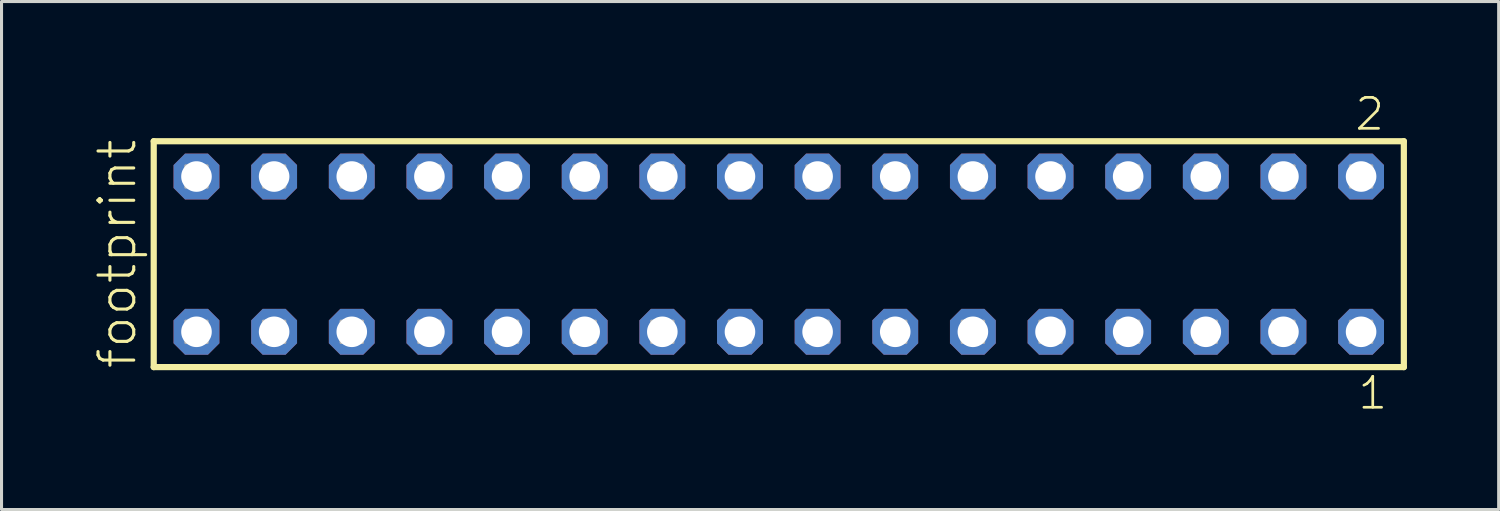
<source format=kicad_pcb>
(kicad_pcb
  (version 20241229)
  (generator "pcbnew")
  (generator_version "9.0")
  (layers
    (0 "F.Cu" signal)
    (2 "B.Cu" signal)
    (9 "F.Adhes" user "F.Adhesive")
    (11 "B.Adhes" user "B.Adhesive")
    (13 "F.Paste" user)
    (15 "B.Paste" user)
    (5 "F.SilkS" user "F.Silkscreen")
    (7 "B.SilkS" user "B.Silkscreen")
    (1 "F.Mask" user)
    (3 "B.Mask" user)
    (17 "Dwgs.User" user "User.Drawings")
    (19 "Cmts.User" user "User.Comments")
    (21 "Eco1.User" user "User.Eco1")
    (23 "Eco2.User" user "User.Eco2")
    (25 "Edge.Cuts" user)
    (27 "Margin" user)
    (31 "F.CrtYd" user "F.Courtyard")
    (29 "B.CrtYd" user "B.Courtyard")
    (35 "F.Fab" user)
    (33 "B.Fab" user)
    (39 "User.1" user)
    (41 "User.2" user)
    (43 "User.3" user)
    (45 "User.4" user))
  (footprint "footprint"
    (layer "F.Cu")
    (at 22.428 5.265)
    (property "Reference" "footprint" (at -20.955 3.81 90) (layer "F.SilkS") (effects (font (size 1.168 1.168) (thickness 0.102)) (justify left bottom)))
    (fp_line (start -20.449 -3.695) (end 20.449 -3.695) (stroke (width 0.203) (type solid)) (layer "F.SilkS"))
    (fp_line (start -20.449 3.695) (end -20.449 -3.695) (stroke (width 0.203) (type solid)) (layer "F.SilkS"))
    (fp_line (start 20.449 -3.695) (end 20.449 3.695) (stroke (width 0.203) (type solid)) (layer "F.SilkS"))
    (fp_line (start 20.449 3.695) (end -20.449 3.695) (stroke (width 0.203) (type solid)) (layer "F.SilkS"))
    (fp_poly (pts (xy -19.4 -2.19) (xy -18.7 -2.19) (xy -18.7 -2.89) (xy -19.4 -2.89)) (stroke (width 0.1) (type solid)) (fill no) (layer "F.Fab"))
    (fp_poly (pts (xy -19.4 2.89) (xy -18.7 2.89) (xy -18.7 2.19) (xy -19.4 2.19)) (stroke (width 0.1) (type solid)) (fill no) (layer "F.Fab"))
    (fp_poly (pts (xy -16.86 -2.19) (xy -16.16 -2.19) (xy -16.16 -2.89) (xy -16.86 -2.89)) (stroke (width 0.1) (type solid)) (fill no) (layer "F.Fab"))
    (fp_poly (pts (xy -16.86 2.89) (xy -16.16 2.89) (xy -16.16 2.19) (xy -16.86 2.19)) (stroke (width 0.1) (type solid)) (fill no) (layer "F.Fab"))
    (fp_poly (pts (xy -14.32 -2.19) (xy -13.62 -2.19) (xy -13.62 -2.89) (xy -14.32 -2.89)) (stroke (width 0.1) (type solid)) (fill no) (layer "F.Fab"))
    (fp_poly (pts (xy -14.32 2.89) (xy -13.62 2.89) (xy -13.62 2.19) (xy -14.32 2.19)) (stroke (width 0.1) (type solid)) (fill no) (layer "F.Fab"))
    (fp_poly (pts (xy -11.78 -2.19) (xy -11.08 -2.19) (xy -11.08 -2.89) (xy -11.78 -2.89)) (stroke (width 0.1) (type solid)) (fill no) (layer "F.Fab"))
    (fp_poly (pts (xy -11.78 2.89) (xy -11.08 2.89) (xy -11.08 2.19) (xy -11.78 2.19)) (stroke (width 0.1) (type solid)) (fill no) (layer "F.Fab"))
    (fp_poly (pts (xy -9.24 -2.19) (xy -8.54 -2.19) (xy -8.54 -2.89) (xy -9.24 -2.89)) (stroke (width 0.1) (type solid)) (fill no) (layer "F.Fab"))
    (fp_poly (pts (xy -9.24 2.89) (xy -8.54 2.89) (xy -8.54 2.19) (xy -9.24 2.19)) (stroke (width 0.1) (type solid)) (fill no) (layer "F.Fab"))
    (fp_poly (pts (xy -6.7 -2.19) (xy -6 -2.19) (xy -6 -2.89) (xy -6.7 -2.89)) (stroke (width 0.1) (type solid)) (fill no) (layer "F.Fab"))
    (fp_poly (pts (xy -6.7 2.89) (xy -6 2.89) (xy -6 2.19) (xy -6.7 2.19)) (stroke (width 0.1) (type solid)) (fill no) (layer "F.Fab"))
    (fp_poly (pts (xy -4.16 -2.19) (xy -3.46 -2.19) (xy -3.46 -2.89) (xy -4.16 -2.89)) (stroke (width 0.1) (type solid)) (fill no) (layer "F.Fab"))
    (fp_poly (pts (xy -4.16 2.89) (xy -3.46 2.89) (xy -3.46 2.19) (xy -4.16 2.19)) (stroke (width 0.1) (type solid)) (fill no) (layer "F.Fab"))
    (fp_poly (pts (xy -1.62 -2.19) (xy -0.92 -2.19) (xy -0.92 -2.89) (xy -1.62 -2.89)) (stroke (width 0.1) (type solid)) (fill no) (layer "F.Fab"))
    (fp_poly (pts (xy -1.62 2.89) (xy -0.92 2.89) (xy -0.92 2.19) (xy -1.62 2.19)) (stroke (width 0.1) (type solid)) (fill no) (layer "F.Fab"))
    (fp_poly (pts (xy 0.92 -2.19) (xy 1.62 -2.19) (xy 1.62 -2.89) (xy 0.92 -2.89)) (stroke (width 0.1) (type solid)) (fill no) (layer "F.Fab"))
    (fp_poly (pts (xy 0.92 2.89) (xy 1.62 2.89) (xy 1.62 2.19) (xy 0.92 2.19)) (stroke (width 0.1) (type solid)) (fill no) (layer "F.Fab"))
    (fp_poly (pts (xy 3.46 -2.19) (xy 4.16 -2.19) (xy 4.16 -2.89) (xy 3.46 -2.89)) (stroke (width 0.1) (type solid)) (fill no) (layer "F.Fab"))
    (fp_poly (pts (xy 3.46 2.89) (xy 4.16 2.89) (xy 4.16 2.19) (xy 3.46 2.19)) (stroke (width 0.1) (type solid)) (fill no) (layer "F.Fab"))
    (fp_poly (pts (xy 6 -2.19) (xy 6.7 -2.19) (xy 6.7 -2.89) (xy 6 -2.89)) (stroke (width 0.1) (type solid)) (fill no) (layer "F.Fab"))
    (fp_poly (pts (xy 6 2.89) (xy 6.7 2.89) (xy 6.7 2.19) (xy 6 2.19)) (stroke (width 0.1) (type solid)) (fill no) (layer "F.Fab"))
    (fp_poly (pts (xy 8.54 -2.19) (xy 9.24 -2.19) (xy 9.24 -2.89) (xy 8.54 -2.89)) (stroke (width 0.1) (type solid)) (fill no) (layer "F.Fab"))
    (fp_poly (pts (xy 8.54 2.89) (xy 9.24 2.89) (xy 9.24 2.19) (xy 8.54 2.19)) (stroke (width 0.1) (type solid)) (fill no) (layer "F.Fab"))
    (fp_poly (pts (xy 11.08 -2.19) (xy 11.78 -2.19) (xy 11.78 -2.89) (xy 11.08 -2.89)) (stroke (width 0.1) (type solid)) (fill no) (layer "F.Fab"))
    (fp_poly (pts (xy 11.08 2.89) (xy 11.78 2.89) (xy 11.78 2.19) (xy 11.08 2.19)) (stroke (width 0.1) (type solid)) (fill no) (layer "F.Fab"))
    (fp_poly (pts (xy 13.62 -2.19) (xy 14.32 -2.19) (xy 14.32 -2.89) (xy 13.62 -2.89)) (stroke (width 0.1) (type solid)) (fill no) (layer "F.Fab"))
    (fp_poly (pts (xy 13.62 2.89) (xy 14.32 2.89) (xy 14.32 2.19) (xy 13.62 2.19)) (stroke (width 0.1) (type solid)) (fill no) (layer "F.Fab"))
    (fp_poly (pts (xy 16.16 -2.19) (xy 16.86 -2.19) (xy 16.86 -2.89) (xy 16.16 -2.89)) (stroke (width 0.1) (type solid)) (fill no) (layer "F.Fab"))
    (fp_poly (pts (xy 16.16 2.89) (xy 16.86 2.89) (xy 16.86 2.19) (xy 16.16 2.19)) (stroke (width 0.1) (type solid)) (fill no) (layer "F.Fab"))
    (fp_poly (pts (xy 18.7 -2.19) (xy 19.4 -2.19) (xy 19.4 -2.89) (xy 18.7 -2.89)) (stroke (width 0.1) (type solid)) (fill no) (layer "F.Fab"))
    (fp_poly (pts (xy 18.7 2.89) (xy 19.4 2.89) (xy 19.4 2.19) (xy 18.7 2.19)) (stroke (width 0.1) (type solid)) (fill no) (layer "F.Fab"))
    (fp_text user "2" (at 18.792 -3.989 0) (layer "F.SilkS") (effects (font (size 1.012 1.012) (thickness 0.088)) (justify left bottom)))
    (fp_text user "1" (at 18.892 5.138 0) (layer "F.SilkS") (effects (font (size 1.012 1.012) (thickness 0.088)) (justify left bottom)))
    (pad "1" thru_hole roundrect (at 19.05 2.54 180) (size 1.5 1.5) (drill 1) (layers "*.Cu" "*.Mask") (roundrect_rratio 0.25) (chamfer_ratio 0.25) (chamfer top_left top_right bottom_left bottom_right))
    (pad "2" thru_hole roundrect (at 19.05 -2.54 180) (size 1.5 1.5) (drill 1) (layers "*.Cu" "*.Mask") (roundrect_rratio 0.25) (chamfer_ratio 0.25) (chamfer top_left top_right bottom_left bottom_right))
    (pad "3" thru_hole roundrect (at 16.51 2.54 180) (size 1.5 1.5) (drill 1) (layers "*.Cu" "*.Mask") (roundrect_rratio 0.25) (chamfer_ratio 0.25) (chamfer top_left top_right bottom_left bottom_right))
    (pad "4" thru_hole roundrect (at 16.51 -2.54 180) (size 1.5 1.5) (drill 1) (layers "*.Cu" "*.Mask") (roundrect_rratio 0.25) (chamfer_ratio 0.25) (chamfer top_left top_right bottom_left bottom_right))
    (pad "5" thru_hole roundrect (at 13.97 2.54 180) (size 1.5 1.5) (drill 1) (layers "*.Cu" "*.Mask") (roundrect_rratio 0.25) (chamfer_ratio 0.25) (chamfer top_left top_right bottom_left bottom_right))
    (pad "6" thru_hole roundrect (at 13.97 -2.54 180) (size 1.5 1.5) (drill 1) (layers "*.Cu" "*.Mask") (roundrect_rratio 0.25) (chamfer_ratio 0.25) (chamfer top_left top_right bottom_left bottom_right))
    (pad "7" thru_hole roundrect (at 11.43 2.54 180) (size 1.5 1.5) (drill 1) (layers "*.Cu" "*.Mask") (roundrect_rratio 0.25) (chamfer_ratio 0.25) (chamfer top_left top_right bottom_left bottom_right))
    (pad "8" thru_hole roundrect (at 11.43 -2.54 180) (size 1.5 1.5) (drill 1) (layers "*.Cu" "*.Mask") (roundrect_rratio 0.25) (chamfer_ratio 0.25) (chamfer top_left top_right bottom_left bottom_right))
    (pad "9" thru_hole roundrect (at 8.89 2.54 180) (size 1.5 1.5) (drill 1) (layers "*.Cu" "*.Mask") (roundrect_rratio 0.25) (chamfer_ratio 0.25) (chamfer top_left top_right bottom_left bottom_right))
    (pad "10" thru_hole roundrect (at 8.89 -2.54 180) (size 1.5 1.5) (drill 1) (layers "*.Cu" "*.Mask") (roundrect_rratio 0.25) (chamfer_ratio 0.25) (chamfer top_left top_right bottom_left bottom_right))
    (pad "11" thru_hole roundrect (at 6.35 2.54 180) (size 1.5 1.5) (drill 1) (layers "*.Cu" "*.Mask") (roundrect_rratio 0.25) (chamfer_ratio 0.25) (chamfer top_left top_right bottom_left bottom_right))
    (pad "12" thru_hole roundrect (at 6.35 -2.54 180) (size 1.5 1.5) (drill 1) (layers "*.Cu" "*.Mask") (roundrect_rratio 0.25) (chamfer_ratio 0.25) (chamfer top_left top_right bottom_left bottom_right))
    (pad "13" thru_hole roundrect (at 3.81 2.54 180) (size 1.5 1.5) (drill 1) (layers "*.Cu" "*.Mask") (roundrect_rratio 0.25) (chamfer_ratio 0.25) (chamfer top_left top_right bottom_left bottom_right))
    (pad "14" thru_hole roundrect (at 3.81 -2.54 180) (size 1.5 1.5) (drill 1) (layers "*.Cu" "*.Mask") (roundrect_rratio 0.25) (chamfer_ratio 0.25) (chamfer top_left top_right bottom_left bottom_right))
    (pad "15" thru_hole roundrect (at 1.27 2.54 180) (size 1.5 1.5) (drill 1) (layers "*.Cu" "*.Mask") (roundrect_rratio 0.25) (chamfer_ratio 0.25) (chamfer top_left top_right bottom_left bottom_right))
    (pad "16" thru_hole roundrect (at 1.27 -2.54 180) (size 1.5 1.5) (drill 1) (layers "*.Cu" "*.Mask") (roundrect_rratio 0.25) (chamfer_ratio 0.25) (chamfer top_left top_right bottom_left bottom_right))
    (pad "17" thru_hole roundrect (at -1.27 2.54 180) (size 1.5 1.5) (drill 1) (layers "*.Cu" "*.Mask") (roundrect_rratio 0.25) (chamfer_ratio 0.25) (chamfer top_left top_right bottom_left bottom_right))
    (pad "18" thru_hole roundrect (at -1.27 -2.54 180) (size 1.5 1.5) (drill 1) (layers "*.Cu" "*.Mask") (roundrect_rratio 0.25) (chamfer_ratio 0.25) (chamfer top_left top_right bottom_left bottom_right))
    (pad "19" thru_hole roundrect (at -3.81 2.54 180) (size 1.5 1.5) (drill 1) (layers "*.Cu" "*.Mask") (roundrect_rratio 0.25) (chamfer_ratio 0.25) (chamfer top_left top_right bottom_left bottom_right))
    (pad "20" thru_hole roundrect (at -3.81 -2.54 180) (size 1.5 1.5) (drill 1) (layers "*.Cu" "*.Mask") (roundrect_rratio 0.25) (chamfer_ratio 0.25) (chamfer top_left top_right bottom_left bottom_right))
    (pad "21" thru_hole roundrect (at -6.35 2.54 180) (size 1.5 1.5) (drill 1) (layers "*.Cu" "*.Mask") (roundrect_rratio 0.25) (chamfer_ratio 0.25) (chamfer top_left top_right bottom_left bottom_right))
    (pad "22" thru_hole roundrect (at -6.35 -2.54 180) (size 1.5 1.5) (drill 1) (layers "*.Cu" "*.Mask") (roundrect_rratio 0.25) (chamfer_ratio 0.25) (chamfer top_left top_right bottom_left bottom_right))
    (pad "23" thru_hole roundrect (at -8.89 2.54 180) (size 1.5 1.5) (drill 1) (layers "*.Cu" "*.Mask") (roundrect_rratio 0.25) (chamfer_ratio 0.25) (chamfer top_left top_right bottom_left bottom_right))
    (pad "24" thru_hole roundrect (at -8.89 -2.54 180) (size 1.5 1.5) (drill 1) (layers "*.Cu" "*.Mask") (roundrect_rratio 0.25) (chamfer_ratio 0.25) (chamfer top_left top_right bottom_left bottom_right))
    (pad "25" thru_hole roundrect (at -11.43 2.54 180) (size 1.5 1.5) (drill 1) (layers "*.Cu" "*.Mask") (roundrect_rratio 0.25) (chamfer_ratio 0.25) (chamfer top_left top_right bottom_left bottom_right))
    (pad "26" thru_hole roundrect (at -11.43 -2.54 180) (size 1.5 1.5) (drill 1) (layers "*.Cu" "*.Mask") (roundrect_rratio 0.25) (chamfer_ratio 0.25) (chamfer top_left top_right bottom_left bottom_right))
    (pad "27" thru_hole roundrect (at -13.97 2.54 180) (size 1.5 1.5) (drill 1) (layers "*.Cu" "*.Mask") (roundrect_rratio 0.25) (chamfer_ratio 0.25) (chamfer top_left top_right bottom_left bottom_right))
    (pad "28" thru_hole roundrect (at -13.97 -2.54 180) (size 1.5 1.5) (drill 1) (layers "*.Cu" "*.Mask") (roundrect_rratio 0.25) (chamfer_ratio 0.25) (chamfer top_left top_right bottom_left bottom_right))
    (pad "29" thru_hole roundrect (at -16.51 2.54 180) (size 1.5 1.5) (drill 1) (layers "*.Cu" "*.Mask") (roundrect_rratio 0.25) (chamfer_ratio 0.25) (chamfer top_left top_right bottom_left bottom_right))
    (pad "30" thru_hole roundrect (at -16.51 -2.54 180) (size 1.5 1.5) (drill 1) (layers "*.Cu" "*.Mask") (roundrect_rratio 0.25) (chamfer_ratio 0.25) (chamfer top_left top_right bottom_left bottom_right))
    (pad "31" thru_hole roundrect (at -19.05 2.54 180) (size 1.5 1.5) (drill 1) (layers "*.Cu" "*.Mask") (roundrect_rratio 0.25) (chamfer_ratio 0.25) (chamfer top_left top_right bottom_left bottom_right))
    (pad "32" thru_hole roundrect (at -19.05 -2.54 180) (size 1.5 1.5) (drill 1) (layers "*.Cu" "*.Mask") (roundrect_rratio 0.25) (chamfer_ratio 0.25) (chamfer top_left top_right bottom_left bottom_right)))
  (gr_rect
    (start -3 -3)
    (end 45.979 13.62)
    (stroke (width 0.1) (type default))
    (fill no)
    (layer "Edge.Cuts")))
</source>
